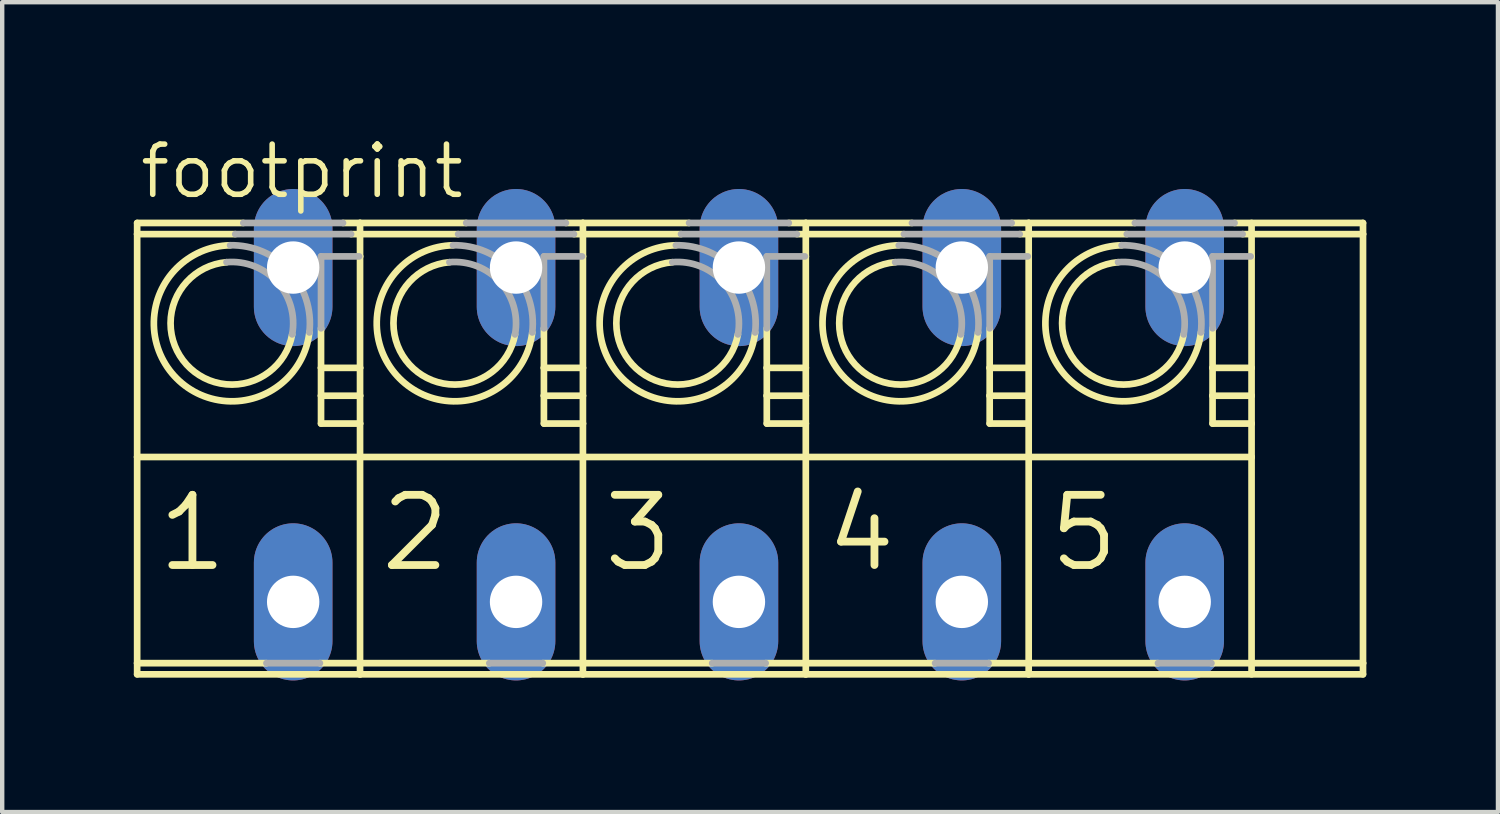
<source format=kicad_pcb>
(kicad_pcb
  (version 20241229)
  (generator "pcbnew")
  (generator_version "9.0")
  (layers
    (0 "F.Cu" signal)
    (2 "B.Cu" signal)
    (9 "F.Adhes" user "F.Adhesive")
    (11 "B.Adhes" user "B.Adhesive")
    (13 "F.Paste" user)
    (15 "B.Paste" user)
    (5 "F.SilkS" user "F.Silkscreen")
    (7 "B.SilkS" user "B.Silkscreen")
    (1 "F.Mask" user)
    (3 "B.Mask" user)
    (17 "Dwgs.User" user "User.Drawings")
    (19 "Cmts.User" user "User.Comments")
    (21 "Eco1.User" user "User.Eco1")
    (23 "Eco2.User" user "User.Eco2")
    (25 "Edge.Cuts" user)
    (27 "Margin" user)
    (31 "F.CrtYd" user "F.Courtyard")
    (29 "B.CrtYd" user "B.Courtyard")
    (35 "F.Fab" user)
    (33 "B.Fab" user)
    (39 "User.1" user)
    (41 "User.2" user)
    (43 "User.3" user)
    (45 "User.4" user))
  (footprint "footprint"
    (layer "F.Cu")
    (at 13.792 6.858)
    (property "Reference" "footprint" (at -13.716 -5.334 0) (layer "F.SilkS") (effects (font (size 1.143 1.143) (thickness 0.127)) (justify left bottom)))
    (fp_line (start -13.716 -4.572) (end -13.716 -4.826) (stroke (width 0.152) (type solid)) (layer "F.SilkS"))
    (fp_line (start -13.716 -4.572) (end -11.48 -4.572) (stroke (width 0.152) (type solid)) (layer "F.SilkS"))
    (fp_line (start -13.716 0.508) (end -13.716 -4.572) (stroke (width 0.152) (type solid)) (layer "F.SilkS"))
    (fp_line (start -13.716 0.508) (end -8.636 0.508) (stroke (width 0.152) (type solid)) (layer "F.SilkS"))
    (fp_line (start -13.716 5.207) (end -13.716 0.508) (stroke (width 0.152) (type solid)) (layer "F.SilkS"))
    (fp_line (start -13.716 5.207) (end -10.769 5.207) (stroke (width 0.152) (type solid)) (layer "F.SilkS"))
    (fp_line (start -13.716 5.461) (end -13.716 5.207) (stroke (width 0.152) (type solid)) (layer "F.SilkS"))
    (fp_line (start -11.296 -4.826) (end -13.716 -4.826) (stroke (width 0.152) (type solid)) (layer "F.SilkS"))
    (fp_line (start -9.551 5.207) (end -8.636 5.207) (stroke (width 0.152) (type solid)) (layer "F.SilkS"))
    (fp_line (start -9.525 -1.524) (end -9.525 -2.425) (stroke (width 0.152) (type solid)) (layer "F.SilkS"))
    (fp_line (start -9.525 -0.889) (end -9.525 -1.524) (stroke (width 0.152) (type solid)) (layer "F.SilkS"))
    (fp_line (start -9.525 -0.254) (end -9.525 -0.889) (stroke (width 0.152) (type solid)) (layer "F.SilkS"))
    (fp_line (start -8.84 -4.572) (end -8.636 -4.572) (stroke (width 0.152) (type solid)) (layer "F.SilkS"))
    (fp_line (start -8.657 -4.064) (end -8.636 -4.064) (stroke (width 0.152) (type solid)) (layer "F.SilkS"))
    (fp_line (start -8.636 -4.826) (end -9.024 -4.826) (stroke (width 0.152) (type solid)) (layer "F.SilkS"))
    (fp_line (start -8.636 -4.572) (end -8.636 -4.826) (stroke (width 0.152) (type solid)) (layer "F.SilkS"))
    (fp_line (start -8.636 -4.572) (end -6.4 -4.572) (stroke (width 0.152) (type solid)) (layer "F.SilkS"))
    (fp_line (start -8.636 -4.064) (end -8.636 -4.572) (stroke (width 0.152) (type solid)) (layer "F.SilkS"))
    (fp_line (start -8.636 -1.524) (end -9.525 -1.524) (stroke (width 0.152) (type solid)) (layer "F.SilkS"))
    (fp_line (start -8.636 -1.524) (end -8.636 -4.064) (stroke (width 0.152) (type solid)) (layer "F.SilkS"))
    (fp_line (start -8.636 -0.889) (end -9.525 -0.889) (stroke (width 0.152) (type solid)) (layer "F.SilkS"))
    (fp_line (start -8.636 -0.889) (end -8.636 -1.524) (stroke (width 0.152) (type solid)) (layer "F.SilkS"))
    (fp_line (start -8.636 -0.254) (end -9.525 -0.254) (stroke (width 0.152) (type solid)) (layer "F.SilkS"))
    (fp_line (start -8.636 -0.254) (end -8.636 -0.889) (stroke (width 0.152) (type solid)) (layer "F.SilkS"))
    (fp_line (start -8.636 0.508) (end -8.636 -0.254) (stroke (width 0.152) (type solid)) (layer "F.SilkS"))
    (fp_line (start -8.636 0.508) (end -3.556 0.508) (stroke (width 0.152) (type solid)) (layer "F.SilkS"))
    (fp_line (start -8.636 5.207) (end -8.636 0.508) (stroke (width 0.152) (type solid)) (layer "F.SilkS"))
    (fp_line (start -8.636 5.207) (end -5.689 5.207) (stroke (width 0.152) (type solid)) (layer "F.SilkS"))
    (fp_line (start -8.636 5.461) (end -13.716 5.461) (stroke (width 0.152) (type solid)) (layer "F.SilkS"))
    (fp_line (start -8.636 5.461) (end -8.636 5.207) (stroke (width 0.152) (type solid)) (layer "F.SilkS"))
    (fp_line (start -6.216 -4.826) (end -8.636 -4.826) (stroke (width 0.152) (type solid)) (layer "F.SilkS"))
    (fp_line (start -4.471 5.207) (end -3.556 5.207) (stroke (width 0.152) (type solid)) (layer "F.SilkS"))
    (fp_line (start -4.445 -1.524) (end -4.445 -2.425) (stroke (width 0.152) (type solid)) (layer "F.SilkS"))
    (fp_line (start -4.445 -0.889) (end -4.445 -1.524) (stroke (width 0.152) (type solid)) (layer "F.SilkS"))
    (fp_line (start -4.445 -0.254) (end -4.445 -0.889) (stroke (width 0.152) (type solid)) (layer "F.SilkS"))
    (fp_line (start -3.76 -4.572) (end -3.556 -4.572) (stroke (width 0.152) (type solid)) (layer "F.SilkS"))
    (fp_line (start -3.577 -4.064) (end -3.556 -4.064) (stroke (width 0.152) (type solid)) (layer "F.SilkS"))
    (fp_line (start -3.556 -4.826) (end -3.944 -4.826) (stroke (width 0.152) (type solid)) (layer "F.SilkS"))
    (fp_line (start -3.556 -4.572) (end -3.556 -4.826) (stroke (width 0.152) (type solid)) (layer "F.SilkS"))
    (fp_line (start -3.556 -4.572) (end -1.32 -4.572) (stroke (width 0.152) (type solid)) (layer "F.SilkS"))
    (fp_line (start -3.556 -4.064) (end -3.556 -4.572) (stroke (width 0.152) (type solid)) (layer "F.SilkS"))
    (fp_line (start -3.556 -1.524) (end -4.445 -1.524) (stroke (width 0.152) (type solid)) (layer "F.SilkS"))
    (fp_line (start -3.556 -1.524) (end -3.556 -4.064) (stroke (width 0.152) (type solid)) (layer "F.SilkS"))
    (fp_line (start -3.556 -0.889) (end -4.445 -0.889) (stroke (width 0.152) (type solid)) (layer "F.SilkS"))
    (fp_line (start -3.556 -0.889) (end -3.556 -1.524) (stroke (width 0.152) (type solid)) (layer "F.SilkS"))
    (fp_line (start -3.556 -0.254) (end -4.445 -0.254) (stroke (width 0.152) (type solid)) (layer "F.SilkS"))
    (fp_line (start -3.556 -0.254) (end -3.556 -0.889) (stroke (width 0.152) (type solid)) (layer "F.SilkS"))
    (fp_line (start -3.556 0.508) (end -3.556 -0.254) (stroke (width 0.152) (type solid)) (layer "F.SilkS"))
    (fp_line (start -3.556 0.508) (end 1.524 0.508) (stroke (width 0.152) (type solid)) (layer "F.SilkS"))
    (fp_line (start -3.556 5.207) (end -3.556 0.508) (stroke (width 0.152) (type solid)) (layer "F.SilkS"))
    (fp_line (start -3.556 5.207) (end -0.609 5.207) (stroke (width 0.152) (type solid)) (layer "F.SilkS"))
    (fp_line (start -3.556 5.461) (end -8.636 5.461) (stroke (width 0.152) (type solid)) (layer "F.SilkS"))
    (fp_line (start -3.556 5.461) (end -3.556 5.207) (stroke (width 0.152) (type solid)) (layer "F.SilkS"))
    (fp_line (start -1.136 -4.826) (end -3.556 -4.826) (stroke (width 0.152) (type solid)) (layer "F.SilkS"))
    (fp_line (start 0.609 5.207) (end 1.524 5.207) (stroke (width 0.152) (type solid)) (layer "F.SilkS"))
    (fp_line (start 0.635 -1.524) (end 0.635 -2.425) (stroke (width 0.152) (type solid)) (layer "F.SilkS"))
    (fp_line (start 0.635 -0.889) (end 0.635 -1.524) (stroke (width 0.152) (type solid)) (layer "F.SilkS"))
    (fp_line (start 0.635 -0.254) (end 0.635 -0.889) (stroke (width 0.152) (type solid)) (layer "F.SilkS"))
    (fp_line (start 1.32 -4.572) (end 1.524 -4.572) (stroke (width 0.152) (type solid)) (layer "F.SilkS"))
    (fp_line (start 1.503 -4.064) (end 1.524 -4.064) (stroke (width 0.152) (type solid)) (layer "F.SilkS"))
    (fp_line (start 1.524 -4.826) (end 1.136 -4.826) (stroke (width 0.152) (type solid)) (layer "F.SilkS"))
    (fp_line (start 1.524 -4.572) (end 1.524 -4.826) (stroke (width 0.152) (type solid)) (layer "F.SilkS"))
    (fp_line (start 1.524 -4.572) (end 3.76 -4.572) (stroke (width 0.152) (type solid)) (layer "F.SilkS"))
    (fp_line (start 1.524 -4.064) (end 1.524 -4.572) (stroke (width 0.152) (type solid)) (layer "F.SilkS"))
    (fp_line (start 1.524 -1.524) (end 0.635 -1.524) (stroke (width 0.152) (type solid)) (layer "F.SilkS"))
    (fp_line (start 1.524 -1.524) (end 1.524 -4.064) (stroke (width 0.152) (type solid)) (layer "F.SilkS"))
    (fp_line (start 1.524 -0.889) (end 0.635 -0.889) (stroke (width 0.152) (type solid)) (layer "F.SilkS"))
    (fp_line (start 1.524 -0.889) (end 1.524 -1.524) (stroke (width 0.152) (type solid)) (layer "F.SilkS"))
    (fp_line (start 1.524 -0.254) (end 0.635 -0.254) (stroke (width 0.152) (type solid)) (layer "F.SilkS"))
    (fp_line (start 1.524 -0.254) (end 1.524 -0.889) (stroke (width 0.152) (type solid)) (layer "F.SilkS"))
    (fp_line (start 1.524 0.508) (end 1.524 -0.254) (stroke (width 0.152) (type solid)) (layer "F.SilkS"))
    (fp_line (start 1.524 0.508) (end 6.604 0.508) (stroke (width 0.152) (type solid)) (layer "F.SilkS"))
    (fp_line (start 1.524 5.207) (end 1.524 0.508) (stroke (width 0.152) (type solid)) (layer "F.SilkS"))
    (fp_line (start 1.524 5.207) (end 4.471 5.207) (stroke (width 0.152) (type solid)) (layer "F.SilkS"))
    (fp_line (start 1.524 5.461) (end -3.556 5.461) (stroke (width 0.152) (type solid)) (layer "F.SilkS"))
    (fp_line (start 1.524 5.461) (end 1.524 5.207) (stroke (width 0.152) (type solid)) (layer "F.SilkS"))
    (fp_line (start 3.944 -4.826) (end 1.524 -4.826) (stroke (width 0.152) (type solid)) (layer "F.SilkS"))
    (fp_line (start 5.689 5.207) (end 6.604 5.207) (stroke (width 0.152) (type solid)) (layer "F.SilkS"))
    (fp_line (start 5.715 -1.524) (end 5.715 -2.425) (stroke (width 0.152) (type solid)) (layer "F.SilkS"))
    (fp_line (start 5.715 -0.889) (end 5.715 -1.524) (stroke (width 0.152) (type solid)) (layer "F.SilkS"))
    (fp_line (start 5.715 -0.254) (end 5.715 -0.889) (stroke (width 0.152) (type solid)) (layer "F.SilkS"))
    (fp_line (start 6.4 -4.572) (end 6.604 -4.572) (stroke (width 0.152) (type solid)) (layer "F.SilkS"))
    (fp_line (start 6.583 -4.064) (end 6.604 -4.064) (stroke (width 0.152) (type solid)) (layer "F.SilkS"))
    (fp_line (start 6.604 -4.826) (end 6.216 -4.826) (stroke (width 0.152) (type solid)) (layer "F.SilkS"))
    (fp_line (start 6.604 -4.572) (end 6.604 -4.826) (stroke (width 0.152) (type solid)) (layer "F.SilkS"))
    (fp_line (start 6.604 -4.572) (end 8.84 -4.572) (stroke (width 0.152) (type solid)) (layer "F.SilkS"))
    (fp_line (start 6.604 -4.064) (end 6.604 -4.572) (stroke (width 0.152) (type solid)) (layer "F.SilkS"))
    (fp_line (start 6.604 -1.524) (end 5.715 -1.524) (stroke (width 0.152) (type solid)) (layer "F.SilkS"))
    (fp_line (start 6.604 -0.889) (end 5.715 -0.889) (stroke (width 0.152) (type solid)) (layer "F.SilkS"))
    (fp_line (start 6.604 -0.254) (end 5.715 -0.254) (stroke (width 0.152) (type solid)) (layer "F.SilkS"))
    (fp_line (start 6.604 0.508) (end 6.604 -4.064) (stroke (width 0.152) (type solid)) (layer "F.SilkS"))
    (fp_line (start 6.604 0.508) (end 11.684 0.508) (stroke (width 0.152) (type solid)) (layer "F.SilkS"))
    (fp_line (start 6.604 5.207) (end 6.604 0.508) (stroke (width 0.152) (type solid)) (layer "F.SilkS"))
    (fp_line (start 6.604 5.207) (end 9.551 5.207) (stroke (width 0.152) (type solid)) (layer "F.SilkS"))
    (fp_line (start 6.604 5.461) (end 1.524 5.461) (stroke (width 0.152) (type solid)) (layer "F.SilkS"))
    (fp_line (start 6.604 5.461) (end 6.604 5.207) (stroke (width 0.152) (type solid)) (layer "F.SilkS"))
    (fp_line (start 9.024 -4.826) (end 6.604 -4.826) (stroke (width 0.152) (type solid)) (layer "F.SilkS"))
    (fp_line (start 10.795 -1.524) (end 10.795 -2.425) (stroke (width 0.152) (type solid)) (layer "F.SilkS"))
    (fp_line (start 10.795 -0.889) (end 10.795 -1.524) (stroke (width 0.152) (type solid)) (layer "F.SilkS"))
    (fp_line (start 10.795 -0.254) (end 10.795 -0.889) (stroke (width 0.152) (type solid)) (layer "F.SilkS"))
    (fp_line (start 11.663 -4.064) (end 11.684 -4.064) (stroke (width 0.152) (type solid)) (layer "F.SilkS"))
    (fp_line (start 11.684 -4.064) (end 11.684 -4.826) (stroke (width 0.152) (type solid)) (layer "F.SilkS"))
    (fp_line (start 11.684 -1.524) (end 10.795 -1.524) (stroke (width 0.152) (type solid)) (layer "F.SilkS"))
    (fp_line (start 11.684 -1.524) (end 11.684 -4.064) (stroke (width 0.152) (type solid)) (layer "F.SilkS"))
    (fp_line (start 11.684 -0.889) (end 10.795 -0.889) (stroke (width 0.152) (type solid)) (layer "F.SilkS"))
    (fp_line (start 11.684 -0.889) (end 11.684 -1.524) (stroke (width 0.152) (type solid)) (layer "F.SilkS"))
    (fp_line (start 11.684 -0.254) (end 10.795 -0.254) (stroke (width 0.152) (type solid)) (layer "F.SilkS"))
    (fp_line (start 11.684 -0.254) (end 11.684 -0.889) (stroke (width 0.152) (type solid)) (layer "F.SilkS"))
    (fp_line (start 11.684 0.508) (end 11.684 -0.254) (stroke (width 0.152) (type solid)) (layer "F.SilkS"))
    (fp_line (start 11.684 5.461) (end 11.684 0.508) (stroke (width 0.152) (type solid)) (layer "F.SilkS"))
    (fp_line (start 14.224 -4.826) (end 11.296 -4.826) (stroke (width 0.152) (type solid)) (layer "F.SilkS"))
    (fp_line (start 14.224 -4.572) (end 11.48 -4.572) (stroke (width 0.152) (type solid)) (layer "F.SilkS"))
    (fp_line (start 14.224 -4.572) (end 14.224 -4.826) (stroke (width 0.152) (type solid)) (layer "F.SilkS"))
    (fp_line (start 14.224 5.207) (end 10.769 5.207) (stroke (width 0.152) (type solid)) (layer "F.SilkS"))
    (fp_line (start 14.224 5.207) (end 14.224 -4.572) (stroke (width 0.152) (type solid)) (layer "F.SilkS"))
    (fp_line (start 14.224 5.461) (end 6.604 5.461) (stroke (width 0.152) (type solid)) (layer "F.SilkS"))
    (fp_line (start 14.224 5.461) (end 14.224 5.207) (stroke (width 0.152) (type solid)) (layer "F.SilkS"))
    (fp_arc (start -10.182798 -2.286201) (mid -12.590823 -1.599522) (end -11.6792 -3.9317) (stroke (width 0.1524) (type solid)) (layer "F.SilkS"))
    (fp_arc (start -9.7908 -2.3312) (mid -12.872817 -1.343062) (end -11.5969 -4.3175) (stroke (width 0.1524) (type solid)) (layer "F.SilkS"))
    (fp_arc (start -5.102798 -2.286201) (mid -7.510823 -1.599522) (end -6.5992 -3.9317) (stroke (width 0.1524) (type solid)) (layer "F.SilkS"))
    (fp_arc (start -4.7108 -2.3312) (mid -7.792817 -1.343062) (end -6.5169 -4.3175) (stroke (width 0.1524) (type solid)) (layer "F.SilkS"))
    (fp_arc (start -0.022798 -2.286201) (mid -2.430823 -1.599522) (end -1.5192 -3.9317) (stroke (width 0.1524) (type solid)) (layer "F.SilkS"))
    (fp_arc (start 0.3692 -2.3312) (mid -2.712817 -1.343062) (end -1.4369 -4.3175) (stroke (width 0.1524) (type solid)) (layer "F.SilkS"))
    (fp_arc (start 5.0572 -2.2862) (mid 2.649175 -1.599523) (end 3.5608 -3.9317) (stroke (width 0.1524) (type solid)) (layer "F.SilkS"))
    (fp_arc (start 5.449199 -2.331199) (mid 2.367181 -1.343062) (end 3.6431 -4.3175) (stroke (width 0.1524) (type solid)) (layer "F.SilkS"))
    (fp_arc (start 10.1372 -2.2862) (mid 7.729175 -1.599523) (end 8.6408 -3.9317) (stroke (width 0.1524) (type solid)) (layer "F.SilkS"))
    (fp_arc (start 10.529199 -2.331199) (mid 7.447181 -1.343062) (end 8.7231 -4.3175) (stroke (width 0.1524) (type solid)) (layer "F.SilkS"))
    (fp_line (start -11.48 -4.572) (end -8.84 -4.572) (stroke (width 0.152) (type solid)) (layer "F.Fab"))
    (fp_line (start -10.769 5.207) (end -9.551 5.207) (stroke (width 0.152) (type solid)) (layer "F.Fab"))
    (fp_line (start -9.525 -4.064) (end -8.657 -4.064) (stroke (width 0.152) (type solid)) (layer "F.Fab"))
    (fp_line (start -9.525 -2.425) (end -9.525 -4.064) (stroke (width 0.152) (type solid)) (layer "F.Fab"))
    (fp_line (start -9.024 -4.826) (end -11.296 -4.826) (stroke (width 0.152) (type solid)) (layer "F.Fab"))
    (fp_line (start -6.4 -4.572) (end -3.76 -4.572) (stroke (width 0.152) (type solid)) (layer "F.Fab"))
    (fp_line (start -5.689 5.207) (end -4.471 5.207) (stroke (width 0.152) (type solid)) (layer "F.Fab"))
    (fp_line (start -4.445 -4.064) (end -3.577 -4.064) (stroke (width 0.152) (type solid)) (layer "F.Fab"))
    (fp_line (start -4.445 -2.425) (end -4.445 -4.064) (stroke (width 0.152) (type solid)) (layer "F.Fab"))
    (fp_line (start -3.944 -4.826) (end -6.216 -4.826) (stroke (width 0.152) (type solid)) (layer "F.Fab"))
    (fp_line (start -1.32 -4.572) (end 1.32 -4.572) (stroke (width 0.152) (type solid)) (layer "F.Fab"))
    (fp_line (start -0.609 5.207) (end 0.609 5.207) (stroke (width 0.152) (type solid)) (layer "F.Fab"))
    (fp_line (start 0.635 -4.064) (end 1.503 -4.064) (stroke (width 0.152) (type solid)) (layer "F.Fab"))
    (fp_line (start 0.635 -2.425) (end 0.635 -4.064) (stroke (width 0.152) (type solid)) (layer "F.Fab"))
    (fp_line (start 1.136 -4.826) (end -1.136 -4.826) (stroke (width 0.152) (type solid)) (layer "F.Fab"))
    (fp_line (start 3.76 -4.572) (end 6.4 -4.572) (stroke (width 0.152) (type solid)) (layer "F.Fab"))
    (fp_line (start 4.471 5.207) (end 5.689 5.207) (stroke (width 0.152) (type solid)) (layer "F.Fab"))
    (fp_line (start 5.715 -4.064) (end 6.583 -4.064) (stroke (width 0.152) (type solid)) (layer "F.Fab"))
    (fp_line (start 5.715 -2.425) (end 5.715 -4.064) (stroke (width 0.152) (type solid)) (layer "F.Fab"))
    (fp_line (start 6.216 -4.826) (end 3.944 -4.826) (stroke (width 0.152) (type solid)) (layer "F.Fab"))
    (fp_line (start 8.84 -4.572) (end 11.48 -4.572) (stroke (width 0.152) (type solid)) (layer "F.Fab"))
    (fp_line (start 9.551 5.207) (end 10.769 5.207) (stroke (width 0.152) (type solid)) (layer "F.Fab"))
    (fp_line (start 10.795 -4.064) (end 11.663 -4.064) (stroke (width 0.152) (type solid)) (layer "F.Fab"))
    (fp_line (start 10.795 -2.425) (end 10.795 -4.064) (stroke (width 0.152) (type solid)) (layer "F.Fab"))
    (fp_line (start 11.296 -4.826) (end 9.024 -4.826) (stroke (width 0.152) (type solid)) (layer "F.Fab"))
    (fp_arc (start -11.6792 -3.9317) (mid -10.523305 -3.479838) (end -10.183098 -2.286301) (stroke (width 0.1524) (type solid)) (layer "F.Fab"))
    (fp_arc (start -11.5969 -4.3175) (mid -10.241248 -3.735937) (end -9.790999 -2.331201) (stroke (width 0.1524) (type solid)) (layer "F.Fab"))
    (fp_arc (start -6.5992 -3.9317) (mid -5.443305 -3.479838) (end -5.103098 -2.286301) (stroke (width 0.1524) (type solid)) (layer "F.Fab"))
    (fp_arc (start -6.5169 -4.3175) (mid -5.161248 -3.735937) (end -4.710999 -2.331201) (stroke (width 0.1524) (type solid)) (layer "F.Fab"))
    (fp_arc (start -1.5192 -3.9317) (mid -0.363305 -3.479838) (end -0.023098 -2.286301) (stroke (width 0.1524) (type solid)) (layer "F.Fab"))
    (fp_arc (start -1.4369 -4.3175) (mid -0.081248 -3.735937) (end 0.369001 -2.331201) (stroke (width 0.1524) (type solid)) (layer "F.Fab"))
    (fp_arc (start 3.5608 -3.9317) (mid 4.716694 -3.479837) (end 5.0569 -2.2863) (stroke (width 0.1524) (type solid)) (layer "F.Fab"))
    (fp_arc (start 3.6431 -4.3175) (mid 4.998752 -3.735936) (end 5.449 -2.3312) (stroke (width 0.1524) (type solid)) (layer "F.Fab"))
    (fp_arc (start 8.6408 -3.9317) (mid 9.796694 -3.479837) (end 10.1369 -2.2863) (stroke (width 0.1524) (type solid)) (layer "F.Fab"))
    (fp_arc (start 8.7231 -4.3175) (mid 10.078752 -3.735936) (end 10.529 -2.3312) (stroke (width 0.1524) (type solid)) (layer "F.Fab"))
    (fp_text user "1" (at -13.335 3.175 0) (layer "F.SilkS") (effects (font (size 1.6 1.6) (thickness 0.178)) (justify left bottom)))
    (fp_text user "2" (at -8.255 3.175 0) (layer "F.SilkS") (effects (font (size 1.6 1.6) (thickness 0.178)) (justify left bottom)))
    (fp_text user "5" (at 6.985 3.175 0) (layer "F.SilkS") (effects (font (size 1.6 1.6) (thickness 0.178)) (justify left bottom)))
    (fp_text user "3" (at -3.175 3.175 0) (layer "F.SilkS") (effects (font (size 1.6 1.6) (thickness 0.178)) (justify left bottom)))
    (fp_text user "4" (at 1.905 3.175 0) (layer "F.SilkS") (effects (font (size 1.6 1.6) (thickness 0.178)) (justify left bottom)))
    (pad "1" thru_hole oval (at -10.16 3.81 90) (size 3.581 1.791) (drill 1.194) (layers "*.Cu" "*.Mask"))
    (pad "1A" thru_hole oval (at -10.16 -3.81 90) (size 3.581 1.791) (drill 1.194) (layers "*.Cu" "*.Mask"))
    (pad "2" thru_hole oval (at -5.08 3.81 90) (size 3.581 1.791) (drill 1.194) (layers "*.Cu" "*.Mask"))
    (pad "2A" thru_hole oval (at -5.08 -3.81 90) (size 3.581 1.791) (drill 1.194) (layers "*.Cu" "*.Mask"))
    (pad "3" thru_hole oval (at 0 3.81 90) (size 3.581 1.791) (drill 1.194) (layers "*.Cu" "*.Mask"))
    (pad "3A" thru_hole oval (at 0 -3.81 90) (size 3.581 1.791) (drill 1.194) (layers "*.Cu" "*.Mask"))
    (pad "4" thru_hole oval (at 5.08 3.81 90) (size 3.581 1.791) (drill 1.194) (layers "*.Cu" "*.Mask"))
    (pad "4A" thru_hole oval (at 5.08 -3.81 90) (size 3.581 1.791) (drill 1.194) (layers "*.Cu" "*.Mask"))
    (pad "5" thru_hole oval (at 10.16 3.81 90) (size 3.581 1.791) (drill 1.194) (layers "*.Cu" "*.Mask"))
    (pad "5A" thru_hole oval (at 10.16 -3.81 90) (size 3.581 1.791) (drill 1.194) (layers "*.Cu" "*.Mask")))
  (gr_rect
    (start -3 -3)
    (end 31.092 15.459)
    (stroke (width 0.1) (type default))
    (fill no)
    (layer "Edge.Cuts")))
</source>
